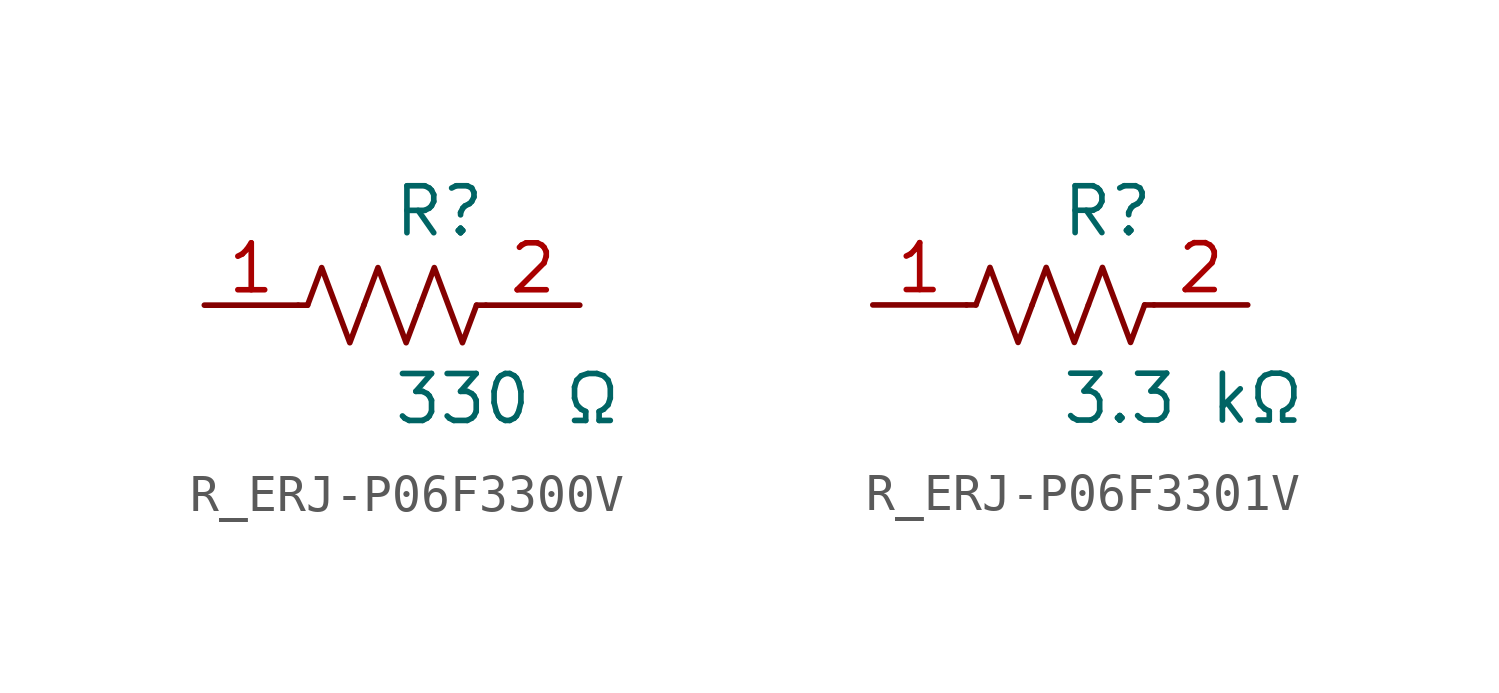
<source format=kicad_sym>
(kicad_symbol_lib
  (version 20231120)
  (generator kicad_symbol_editor)
  (generator_version 8.0)
  (symbol "R_ERJ-P06F3300V"
    (pin_names
      (offset 0.254))
    (property "Reference" "R"
      (at 0 2.54 0)
      (effects (font (size 1.27 1.27)) (justify left)))
    (property "Value" "330 Ω"
      (at 0 -2.54 0)
      (effects (font (size 1.27 1.27)) (justify left)))
    (symbol "R_ERJ-P06F3300V_0_1"
      (polyline (pts (xy 2.286 0) (xy 2.54 0)) (stroke (width 0) (type default)) (fill (type none)))
      (polyline (pts (xy -2.286 0) (xy -2.54 0)) (stroke (width 0) (type default)) (fill (type none)))
      (polyline (pts (xy 0.762 0) (xy 1.143 1.016) (xy 1.524 0) (xy 1.905 -1.016) (xy 2.286 0)) (stroke (width 0) (type default)) (fill (type none)))
      (polyline (pts (xy -0.762 0) (xy -0.381 1.016) (xy 0 0) (xy 0.381 -1.016) (xy 0.762 0)) (stroke (width 0) (type default)) (fill (type none)))
      (polyline (pts (xy -2.286 0) (xy -1.905 1.016) (xy -1.524 0) (xy -1.143 -1.016) (xy -0.762 0)) (stroke (width 0) (type default)) (fill (type none))))
    (pin passive line
      (at -5.08 0 0)
      (length 2.54)
      (name "" (effects (font (size 1.27 1.27))))
      (number "1" (effects (font (size 1.27 1.27)))))
    (pin passive line
      (at 5.08 0 180)
      (length 2.54)
      (name "" (effects (font (size 1.27 1.27))))
      (number "2" (effects (font (size 1.27 1.27))))))
  (symbol "R_ERJ-P06F3301V"
    (pin_names
      (offset 0.254))
    (property "Reference" "R"
      (at 0 2.54 0)
      (effects (font (size 1.27 1.27)) (justify left)))
    (property "Value" "3.3 kΩ"
      (at 0 -2.54 0)
      (effects (font (size 1.27 1.27)) (justify left)))
    (symbol "R_ERJ-P06F3301V_0_1"
      (polyline (pts (xy 2.286 0) (xy 2.54 0)) (stroke (width 0) (type default)) (fill (type none)))
      (polyline (pts (xy -2.286 0) (xy -2.54 0)) (stroke (width 0) (type default)) (fill (type none)))
      (polyline (pts (xy 0.762 0) (xy 1.143 1.016) (xy 1.524 0) (xy 1.905 -1.016) (xy 2.286 0)) (stroke (width 0) (type default)) (fill (type none)))
      (polyline (pts (xy -0.762 0) (xy -0.381 1.016) (xy 0 0) (xy 0.381 -1.016) (xy 0.762 0)) (stroke (width 0) (type default)) (fill (type none)))
      (polyline (pts (xy -2.286 0) (xy -1.905 1.016) (xy -1.524 0) (xy -1.143 -1.016) (xy -0.762 0)) (stroke (width 0) (type default)) (fill (type none))))
    (pin passive line
      (at -5.08 0 0)
      (length 2.54)
      (name "" (effects (font (size 1.27 1.27))))
      (number "1" (effects (font (size 1.27 1.27)))))
    (pin passive line
      (at 5.08 0 180)
      (length 2.54)
      (name "" (effects (font (size 1.27 1.27))))
      (number "2" (effects (font (size 1.27 1.27)))))))
</source>
